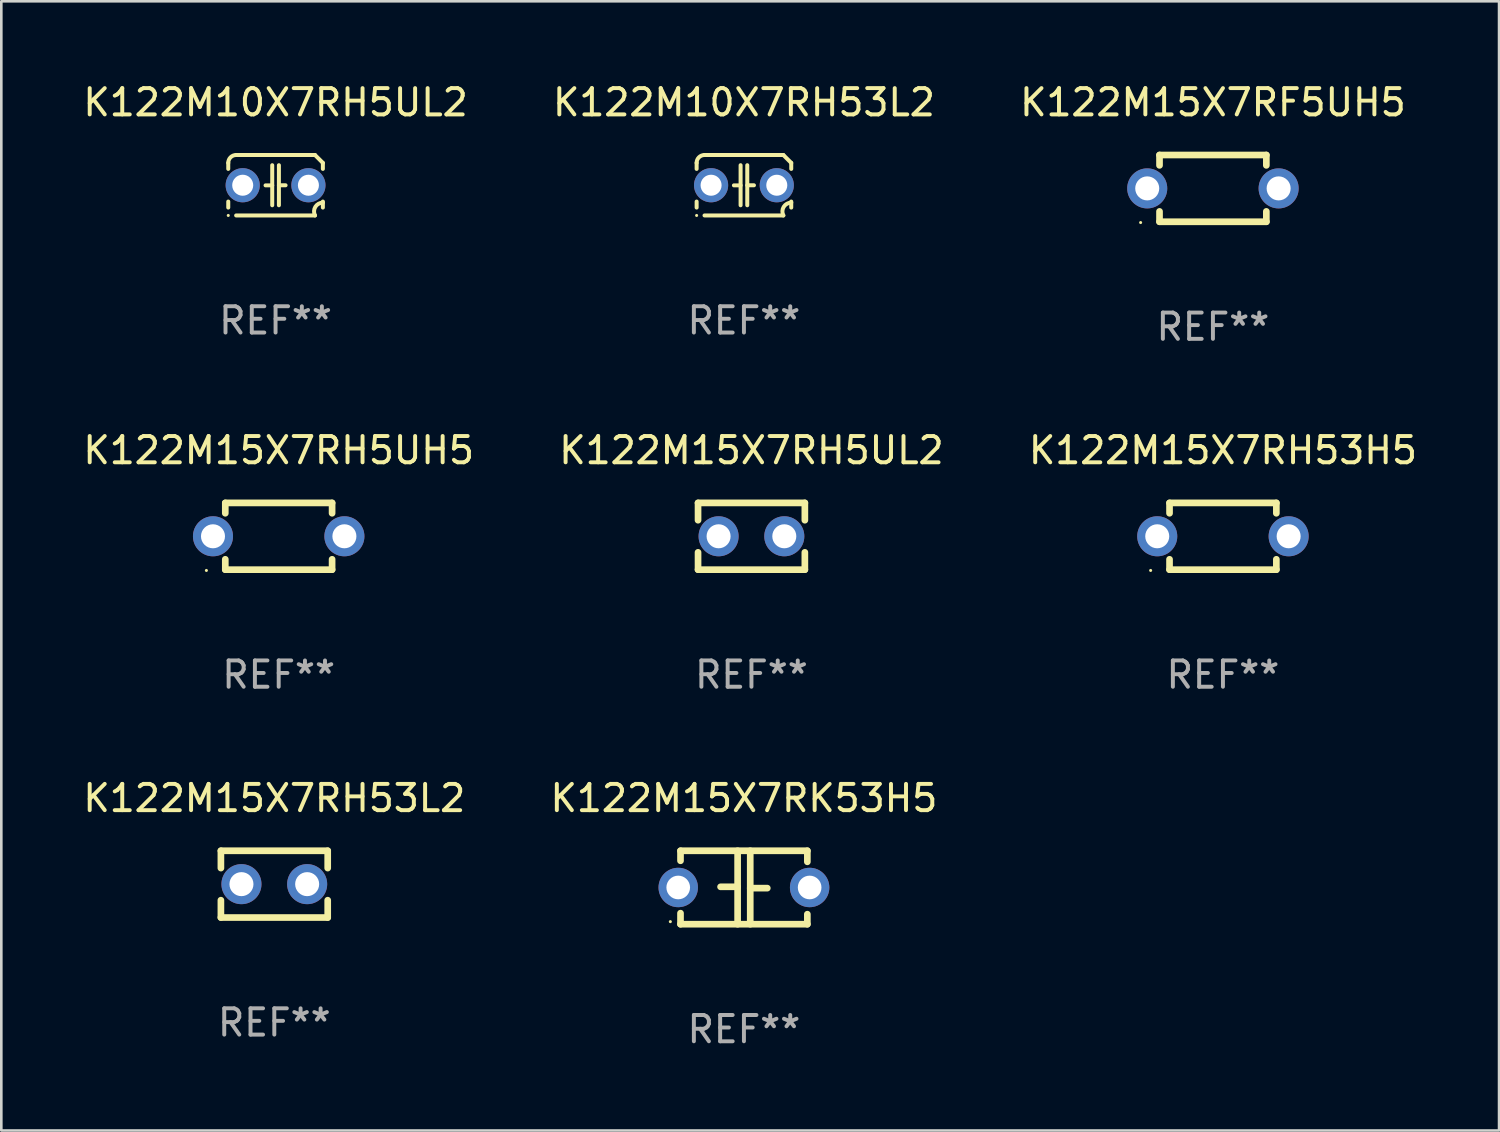
<source format=kicad_pcb>
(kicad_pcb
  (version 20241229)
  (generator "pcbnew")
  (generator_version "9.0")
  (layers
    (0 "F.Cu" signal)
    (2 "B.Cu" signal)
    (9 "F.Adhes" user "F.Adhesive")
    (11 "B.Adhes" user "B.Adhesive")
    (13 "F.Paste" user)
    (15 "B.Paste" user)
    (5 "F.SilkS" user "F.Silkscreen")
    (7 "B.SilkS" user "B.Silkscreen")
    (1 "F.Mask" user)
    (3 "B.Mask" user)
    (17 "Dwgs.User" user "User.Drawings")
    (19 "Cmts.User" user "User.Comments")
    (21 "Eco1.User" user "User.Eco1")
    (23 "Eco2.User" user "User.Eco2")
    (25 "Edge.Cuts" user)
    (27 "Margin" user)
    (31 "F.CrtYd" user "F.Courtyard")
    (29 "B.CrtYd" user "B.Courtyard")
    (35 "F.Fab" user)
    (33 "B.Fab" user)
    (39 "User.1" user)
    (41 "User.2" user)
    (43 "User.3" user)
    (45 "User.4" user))
  (footprint "K122M15X7RH5UH5"
    (layer "F.Cu")
    (at 7.554 17.355)
    (property "Reference" "K122M15X7RH5UH5" (at 0 -3.27 0) (layer "F.SilkS") (effects (font (size 1 1) (thickness 0.15))))
    (attr through_hole)
    (fp_line (start -2.032 -1.27) (end -2.032 -0.876) (stroke (width 0.254) (type solid)) (layer "F.SilkS"))
    (fp_line (start -2.032 0.876) (end -2.032 1.27) (stroke (width 0.254) (type solid)) (layer "F.SilkS"))
    (fp_line (start -2.032 1.27) (end 2.032 1.27) (stroke (width 0.254) (type solid)) (layer "F.SilkS"))
    (fp_line (start 2.032 -1.27) (end -2.032 -1.27) (stroke (width 0.254) (type solid)) (layer "F.SilkS"))
    (fp_line (start 2.032 -0.876) (end 2.032 -1.27) (stroke (width 0.254) (type solid)) (layer "F.SilkS"))
    (fp_line (start 2.032 1.27) (end 2.032 0.876) (stroke (width 0.254) (type solid)) (layer "F.SilkS"))
    (fp_circle (center -2.751 1.3) (end -2.721 1.3) (stroke (width 0.06) (type solid)) (fill no) (layer "F.SilkS"))
    (fp_text user "REF**" (at 0 5.27 0) (layer "F.Fab") (effects (font (size 1 1) (thickness 0.15))))
    (pad "1" thru_hole circle (at -2.5 0) (size 1.524 1.524) (drill 0.914) (layers "*.Cu" "*.Mask"))
    (pad "2" thru_hole circle (at 2.5 0) (size 1.524 1.524) (drill 0.914) (layers "*.Cu" "*.Mask")))
  (footprint "K122M10X7RH5UL2"
    (layer "F.Cu")
    (at 7.435 3.998)
    (property "Reference" "K122M10X7RH5UL2" (at 0 -3.15 0) (layer "F.SilkS") (effects (font (size 1 1) (thickness 0.15))))
    (attr through_hole)
    (fp_line (start -1.8 -0.621) (end -1.8 -0.85) (stroke (width 0.152) (type solid)) (layer "F.SilkS"))
    (fp_line (start -1.8 0.85) (end -1.8 0.621) (stroke (width 0.152) (type solid)) (layer "F.SilkS"))
    (fp_line (start -1.5 -1.15) (end 1.5 -1.15) (stroke (width 0.152) (type solid)) (layer "F.SilkS"))
    (fp_line (start -0.127 -0.762) (end -0.127 0.762) (stroke (width 0.152) (type solid)) (layer "F.SilkS"))
    (fp_line (start -0.127 0.005) (end -0.381 0.005) (stroke (width 0.152) (type solid)) (layer "F.SilkS"))
    (fp_line (start 0.127 -0.762) (end 0.127 0.762) (stroke (width 0.152) (type solid)) (layer "F.SilkS"))
    (fp_line (start 0.127 0.002) (end 0.381 0.002) (stroke (width 0.152) (type solid)) (layer "F.SilkS"))
    (fp_line (start 1.5 1.15) (end -1.5 1.15) (stroke (width 0.152) (type solid)) (layer "F.SilkS"))
    (fp_line (start 1.8 -0.85) (end 1.8 -0.621) (stroke (width 0.152) (type solid)) (layer "F.SilkS"))
    (fp_line (start 1.8 0.621) (end 1.8 0.85) (stroke (width 0.152) (type solid)) (layer "F.SilkS"))
    (fp_arc (start -1.799975 -0.849987) (mid -1.712107 -1.062119) (end -1.499975 -1.149987) (stroke (width 0.151994) (type solid)) (layer "F.SilkS"))
    (fp_arc (start 1.499975 1.149987) (mid 1.513726 0.822359) (end 1.799975 0.662387) (stroke (width 0.151994) (type solid)) (layer "F.SilkS"))
    (fp_arc (start 1.500001 -1.149986) (mid 1.650015 -1.000001) (end 1.8 -0.849987) (stroke (width 0.151994) (type solid)) (layer "F.SilkS"))
    (fp_circle (center -1.8 1.15) (end -1.77 1.15) (stroke (width 0.06) (type solid)) (fill no) (layer "F.SilkS"))
    (fp_text user "REF**" (at 0 5.15 0) (layer "F.Fab") (effects (font (size 1 1) (thickness 0.15))))
    (pad "1" thru_hole circle (at -1.25 0) (size 1.3 1.3) (drill 0.8) (layers "*.Cu" "*.Mask"))
    (pad "2" thru_hole circle (at 1.25 0) (size 1.3 1.3) (drill 0.8) (layers "*.Cu" "*.Mask")))
  (footprint "K122M15X7RF5UH5"
    (layer "F.Cu")
    (at 43.101 4.118)
    (property "Reference" "K122M15X7RF5UH5" (at 0 -3.27 0) (layer "F.SilkS") (effects (font (size 1 1) (thickness 0.15))))
    (attr through_hole)
    (fp_line (start -2.032 -1.27) (end -2.032 -0.876) (stroke (width 0.254) (type solid)) (layer "F.SilkS"))
    (fp_line (start -2.032 0.876) (end -2.032 1.27) (stroke (width 0.254) (type solid)) (layer "F.SilkS"))
    (fp_line (start -2.032 1.27) (end 2.032 1.27) (stroke (width 0.254) (type solid)) (layer "F.SilkS"))
    (fp_line (start 2.032 -1.27) (end -2.032 -1.27) (stroke (width 0.254) (type solid)) (layer "F.SilkS"))
    (fp_line (start 2.032 -0.876) (end 2.032 -1.27) (stroke (width 0.254) (type solid)) (layer "F.SilkS"))
    (fp_line (start 2.032 1.27) (end 2.032 0.876) (stroke (width 0.254) (type solid)) (layer "F.SilkS"))
    (fp_circle (center -2.751 1.3) (end -2.721 1.3) (stroke (width 0.06) (type solid)) (fill no) (layer "F.SilkS"))
    (fp_text user "REF**" (at 0 5.27 0) (layer "F.Fab") (effects (font (size 1 1) (thickness 0.15))))
    (pad "1" thru_hole circle (at -2.5 0) (size 1.524 1.524) (drill 0.914) (layers "*.Cu" "*.Mask"))
    (pad "2" thru_hole circle (at 2.5 0) (size 1.524 1.524) (drill 0.914) (layers "*.Cu" "*.Mask")))
  (footprint "K122M15X7RH53H5"
    (layer "F.Cu")
    (at 43.482 17.355)
    (property "Reference" "K122M15X7RH53H5" (at 0 -3.27 0) (layer "F.SilkS") (effects (font (size 1 1) (thickness 0.15))))
    (attr through_hole)
    (fp_line (start -2.032 -1.27) (end -2.032 -0.876) (stroke (width 0.254) (type solid)) (layer "F.SilkS"))
    (fp_line (start -2.032 0.876) (end -2.032 1.27) (stroke (width 0.254) (type solid)) (layer "F.SilkS"))
    (fp_line (start -2.032 1.27) (end 2.032 1.27) (stroke (width 0.254) (type solid)) (layer "F.SilkS"))
    (fp_line (start 2.032 -1.27) (end -2.032 -1.27) (stroke (width 0.254) (type solid)) (layer "F.SilkS"))
    (fp_line (start 2.032 -0.876) (end 2.032 -1.27) (stroke (width 0.254) (type solid)) (layer "F.SilkS"))
    (fp_line (start 2.032 1.27) (end 2.032 0.876) (stroke (width 0.254) (type solid)) (layer "F.SilkS"))
    (fp_circle (center -2.751 1.3) (end -2.721 1.3) (stroke (width 0.06) (type solid)) (fill no) (layer "F.SilkS"))
    (fp_text user "REF**" (at 0 5.27 0) (layer "F.Fab") (effects (font (size 1 1) (thickness 0.15))))
    (pad "1" thru_hole circle (at -2.5 0) (size 1.524 1.524) (drill 0.914) (layers "*.Cu" "*.Mask"))
    (pad "2" thru_hole circle (at 2.5 0) (size 1.524 1.524) (drill 0.914) (layers "*.Cu" "*.Mask")))
  (footprint "K122M15X7RH53L2"
    (layer "F.Cu")
    (at 7.387 30.591)
    (property "Reference" "K122M15X7RH53L2" (at 0 -3.27 0) (layer "F.SilkS") (effects (font (size 1 1) (thickness 0.15))))
    (attr through_hole)
    (fp_line (start -2.032 -1.27) (end -2.032 -0.611) (stroke (width 0.254) (type solid)) (layer "F.SilkS"))
    (fp_line (start -2.032 0.611) (end -2.032 1.27) (stroke (width 0.254) (type solid)) (layer "F.SilkS"))
    (fp_line (start -2.032 1.27) (end 2.032 1.27) (stroke (width 0.254) (type solid)) (layer "F.SilkS"))
    (fp_line (start 2.032 -1.27) (end -2.032 -1.27) (stroke (width 0.254) (type solid)) (layer "F.SilkS"))
    (fp_line (start 2.032 -0.611) (end 2.032 -1.27) (stroke (width 0.254) (type solid)) (layer "F.SilkS"))
    (fp_line (start 2.032 1.27) (end 2.032 0.611) (stroke (width 0.254) (type solid)) (layer "F.SilkS"))
    (fp_circle (center -2 1.3) (end -1.97 1.3) (stroke (width 0.06) (type solid)) (fill no) (layer "F.SilkS"))
    (fp_text user "REF**" (at 0 5.27 0) (layer "F.Fab") (effects (font (size 1 1) (thickness 0.15))))
    (pad "1" thru_hole circle (at -1.25 0) (size 1.524 1.524) (drill 0.914) (layers "*.Cu" "*.Mask"))
    (pad "2" thru_hole circle (at 1.25 0) (size 1.524 1.524) (drill 0.914) (layers "*.Cu" "*.Mask")))
  (footprint "K122M15X7RK53H5"
    (layer "F.Cu")
    (at 25.256 30.718)
    (property "Reference" "K122M15X7RK53H5" (at 0 -3.397 0) (layer "F.SilkS") (effects (font (size 1 1) (thickness 0.15))))
    (attr through_hole)
    (fp_line (start -2.413 -1.397) (end 2.413 -1.397) (stroke (width 0.254) (type solid)) (layer "F.SilkS"))
    (fp_line (start -2.413 -1.016) (end -2.413 -1.397) (stroke (width 0.254) (type solid)) (layer "F.SilkS"))
    (fp_line (start -2.413 0.977) (end -2.413 1.397) (stroke (width 0.254) (type solid)) (layer "F.SilkS"))
    (fp_line (start -0.24 -0.025) (end -0.889 -0.025) (stroke (width 0.254) (type solid)) (layer "F.SilkS"))
    (fp_line (start -0.24 1.397) (end -0.24 -1.397) (stroke (width 0.254) (type solid)) (layer "F.SilkS"))
    (fp_line (start 0.24 -1.397) (end 0.24 1.397) (stroke (width 0.254) (type solid)) (layer "F.SilkS"))
    (fp_line (start 0.24 0.025) (end 0.889 0.025) (stroke (width 0.254) (type solid)) (layer "F.SilkS"))
    (fp_line (start 2.413 -0.977) (end 2.413 -1.397) (stroke (width 0.254) (type solid)) (layer "F.SilkS"))
    (fp_line (start 2.413 1.016) (end 2.413 1.397) (stroke (width 0.254) (type solid)) (layer "F.SilkS"))
    (fp_line (start 2.413 1.397) (end -2.413 1.397) (stroke (width 0.254) (type solid)) (layer "F.SilkS"))
    (fp_circle (center -2.8 1.3) (end -2.77 1.3) (stroke (width 0.06) (type solid)) (fill no) (layer "F.SilkS"))
    (fp_text user "REF**" (at 0 5.397 0) (layer "F.Fab") (effects (font (size 1 1) (thickness 0.15))))
    (pad "1" thru_hole circle (at -2.5 0) (size 1.5 1.5) (drill 0.9) (layers "*.Cu" "*.Mask"))
    (pad "2" thru_hole circle (at 2.5 0) (size 1.5 1.5) (drill 0.9) (layers "*.Cu" "*.Mask")))
  (footprint "K122M10X7RH53L2"
    (layer "F.Cu")
    (at 25.256 3.998)
    (property "Reference" "K122M10X7RH53L2" (at 0 -3.15 0) (layer "F.SilkS") (effects (font (size 1 1) (thickness 0.15))))
    (attr through_hole)
    (fp_line (start -1.8 -0.621) (end -1.8 -0.85) (stroke (width 0.152) (type solid)) (layer "F.SilkS"))
    (fp_line (start -1.8 0.85) (end -1.8 0.621) (stroke (width 0.152) (type solid)) (layer "F.SilkS"))
    (fp_line (start -1.5 -1.15) (end 1.5 -1.15) (stroke (width 0.152) (type solid)) (layer "F.SilkS"))
    (fp_line (start -0.127 -0.762) (end -0.127 0.762) (stroke (width 0.152) (type solid)) (layer "F.SilkS"))
    (fp_line (start -0.127 0.005) (end -0.381 0.005) (stroke (width 0.152) (type solid)) (layer "F.SilkS"))
    (fp_line (start 0.127 -0.762) (end 0.127 0.762) (stroke (width 0.152) (type solid)) (layer "F.SilkS"))
    (fp_line (start 0.127 0.002) (end 0.381 0.002) (stroke (width 0.152) (type solid)) (layer "F.SilkS"))
    (fp_line (start 1.5 1.15) (end -1.5 1.15) (stroke (width 0.152) (type solid)) (layer "F.SilkS"))
    (fp_line (start 1.8 -0.85) (end 1.8 -0.621) (stroke (width 0.152) (type solid)) (layer "F.SilkS"))
    (fp_line (start 1.8 0.621) (end 1.8 0.85) (stroke (width 0.152) (type solid)) (layer "F.SilkS"))
    (fp_arc (start -1.799975 -0.849987) (mid -1.712107 -1.062119) (end -1.499975 -1.149987) (stroke (width 0.151994) (type solid)) (layer "F.SilkS"))
    (fp_arc (start 1.499975 1.149987) (mid 1.513726 0.822359) (end 1.799975 0.662387) (stroke (width 0.151994) (type solid)) (layer "F.SilkS"))
    (fp_arc (start 1.500001 -1.149986) (mid 1.650015 -1.000001) (end 1.8 -0.849987) (stroke (width 0.151994) (type solid)) (layer "F.SilkS"))
    (fp_circle (center -1.8 1.15) (end -1.77 1.15) (stroke (width 0.06) (type solid)) (fill no) (layer "F.SilkS"))
    (fp_text user "REF**" (at 0 5.15 0) (layer "F.Fab") (effects (font (size 1 1) (thickness 0.15))))
    (pad "1" thru_hole circle (at -1.25 0) (size 1.3 1.3) (drill 0.8) (layers "*.Cu" "*.Mask"))
    (pad "2" thru_hole circle (at 1.25 0) (size 1.3 1.3) (drill 0.8) (layers "*.Cu" "*.Mask")))
  (footprint "K122M15X7RH5UL2"
    (layer "F.Cu")
    (at 25.542 17.355)
    (property "Reference" "K122M15X7RH5UL2" (at 0 -3.27 0) (layer "F.SilkS") (effects (font (size 1 1) (thickness 0.15))))
    (attr through_hole)
    (fp_line (start -2.032 -1.27) (end -2.032 -0.611) (stroke (width 0.254) (type solid)) (layer "F.SilkS"))
    (fp_line (start -2.032 0.611) (end -2.032 1.27) (stroke (width 0.254) (type solid)) (layer "F.SilkS"))
    (fp_line (start -2.032 1.27) (end 2.032 1.27) (stroke (width 0.254) (type solid)) (layer "F.SilkS"))
    (fp_line (start 2.032 -1.27) (end -2.032 -1.27) (stroke (width 0.254) (type solid)) (layer "F.SilkS"))
    (fp_line (start 2.032 -0.611) (end 2.032 -1.27) (stroke (width 0.254) (type solid)) (layer "F.SilkS"))
    (fp_line (start 2.032 1.27) (end 2.032 0.611) (stroke (width 0.254) (type solid)) (layer "F.SilkS"))
    (fp_circle (center -2 1.3) (end -1.97 1.3) (stroke (width 0.06) (type solid)) (fill no) (layer "F.SilkS"))
    (fp_text user "REF**" (at 0 5.27 0) (layer "F.Fab") (effects (font (size 1 1) (thickness 0.15))))
    (pad "1" thru_hole circle (at -1.25 0) (size 1.524 1.524) (drill 0.914) (layers "*.Cu" "*.Mask"))
    (pad "2" thru_hole circle (at 1.25 0) (size 1.524 1.524) (drill 0.914) (layers "*.Cu" "*.Mask")))
  (gr_rect
    (start -3 -3)
    (end 53.988 39.964)
    (stroke (width 0.1) (type default))
    (fill no)
    (layer "Edge.Cuts")))
</source>
